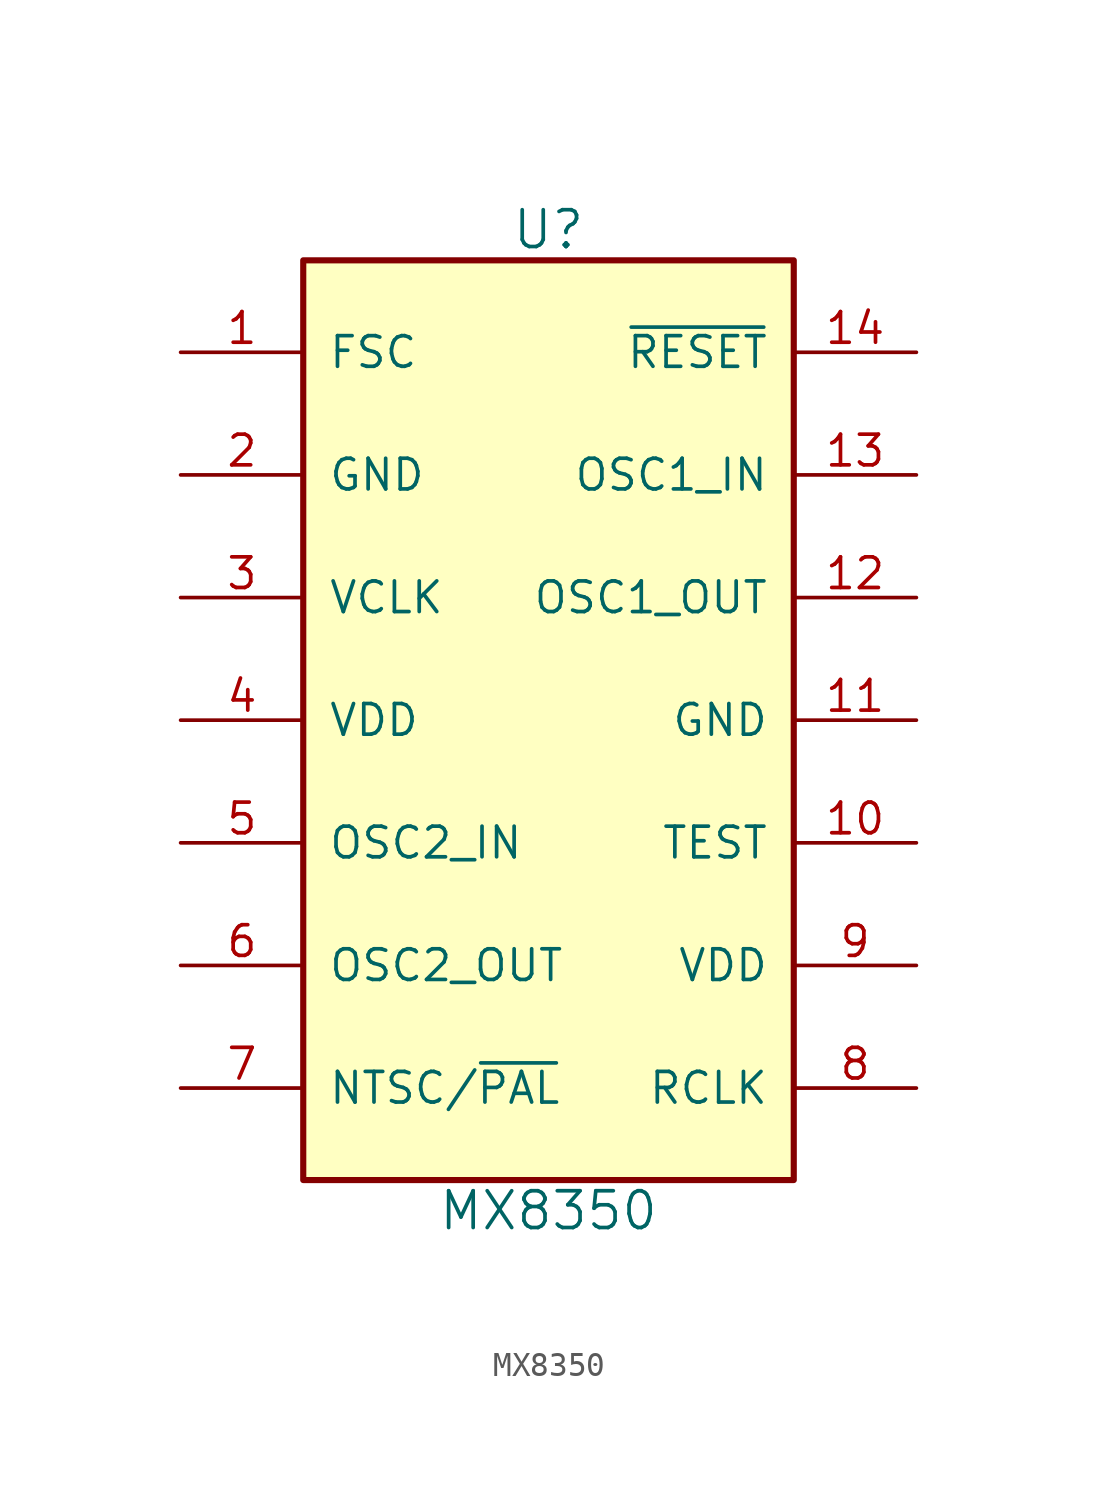
<source format=kicad_sym>
(kicad_symbol_lib
  (version 20231120)
  (generator "kicad_symbol_editor")
  (generator_version "8.0")
  (symbol "MX8350"
    (pin_names
      (offset 1.016))
    (property "Reference" "U"
      (at 0 20.32 0)
      (effects (font (size 1.524 1.524))))
    (property "Value" "MX8350"
      (at 0 -20.32 0)
      (effects (font (size 1.524 1.524))))
    (symbol "MX8350_1_1"
      (rectangle (start -10.16 19.05) (end 10.16 -19.05) (stroke (width 0.254) (type solid)) (fill (type background)))
      (pin output line (at -15.24 15.24 0) (length 5.08) (name "FSC" (effects (font (size 1.27 1.27)))) (number "1" (effects (font (size 1.27 1.27)))))
      (pin output line (at 15.24 -5.08 180) (length 5.08) (name "TEST" (effects (font (size 1.27 1.27)))) (number "10" (effects (font (size 1.27 1.27)))))
      (pin power_in line (at 15.24 0 180) (length 5.08) (name "GND" (effects (font (size 1.27 1.27)))) (number "11" (effects (font (size 1.27 1.27)))))
      (pin output line (at 15.24 5.08 180) (length 5.08) (name "OSC1_OUT" (effects (font (size 1.27 1.27)))) (number "12" (effects (font (size 1.27 1.27)))))
      (pin passive line (at 15.24 10.16 180) (length 5.08) (name "OSC1_IN" (effects (font (size 1.27 1.27)))) (number "13" (effects (font (size 1.27 1.27)))))
      (pin input line (at 15.24 15.24 180) (length 5.08) (name "~{RESET}" (effects (font (size 1.27 1.27)))) (number "14" (effects (font (size 1.27 1.27)))))
      (pin power_in line (at -15.24 10.16 0) (length 5.08) (name "GND" (effects (font (size 1.27 1.27)))) (number "2" (effects (font (size 1.27 1.27)))))
      (pin output line (at -15.24 5.08 0) (length 5.08) (name "VCLK" (effects (font (size 1.27 1.27)))) (number "3" (effects (font (size 1.27 1.27)))))
      (pin power_in line (at -15.24 0 0) (length 5.08) (name "VDD" (effects (font (size 1.27 1.27)))) (number "4" (effects (font (size 1.27 1.27)))))
      (pin passive line (at -15.24 -5.08 0) (length 5.08) (name "OSC2_IN" (effects (font (size 1.27 1.27)))) (number "5" (effects (font (size 1.27 1.27)))))
      (pin output line (at -15.24 -10.16 0) (length 5.08) (name "OSC2_OUT" (effects (font (size 1.27 1.27)))) (number "6" (effects (font (size 1.27 1.27)))))
      (pin input line (at -15.24 -15.24 0) (length 5.08) (name "NTSC/~{PAL}" (effects (font (size 1.27 1.27)))) (number "7" (effects (font (size 1.27 1.27)))))
      (pin output line (at 15.24 -15.24 180) (length 5.08) (name "RCLK" (effects (font (size 1.27 1.27)))) (number "8" (effects (font (size 1.27 1.27)))))
      (pin power_in line (at 15.24 -10.16 180) (length 5.08) (name "VDD" (effects (font (size 1.27 1.27)))) (number "9" (effects (font (size 1.27 1.27))))))))
</source>
